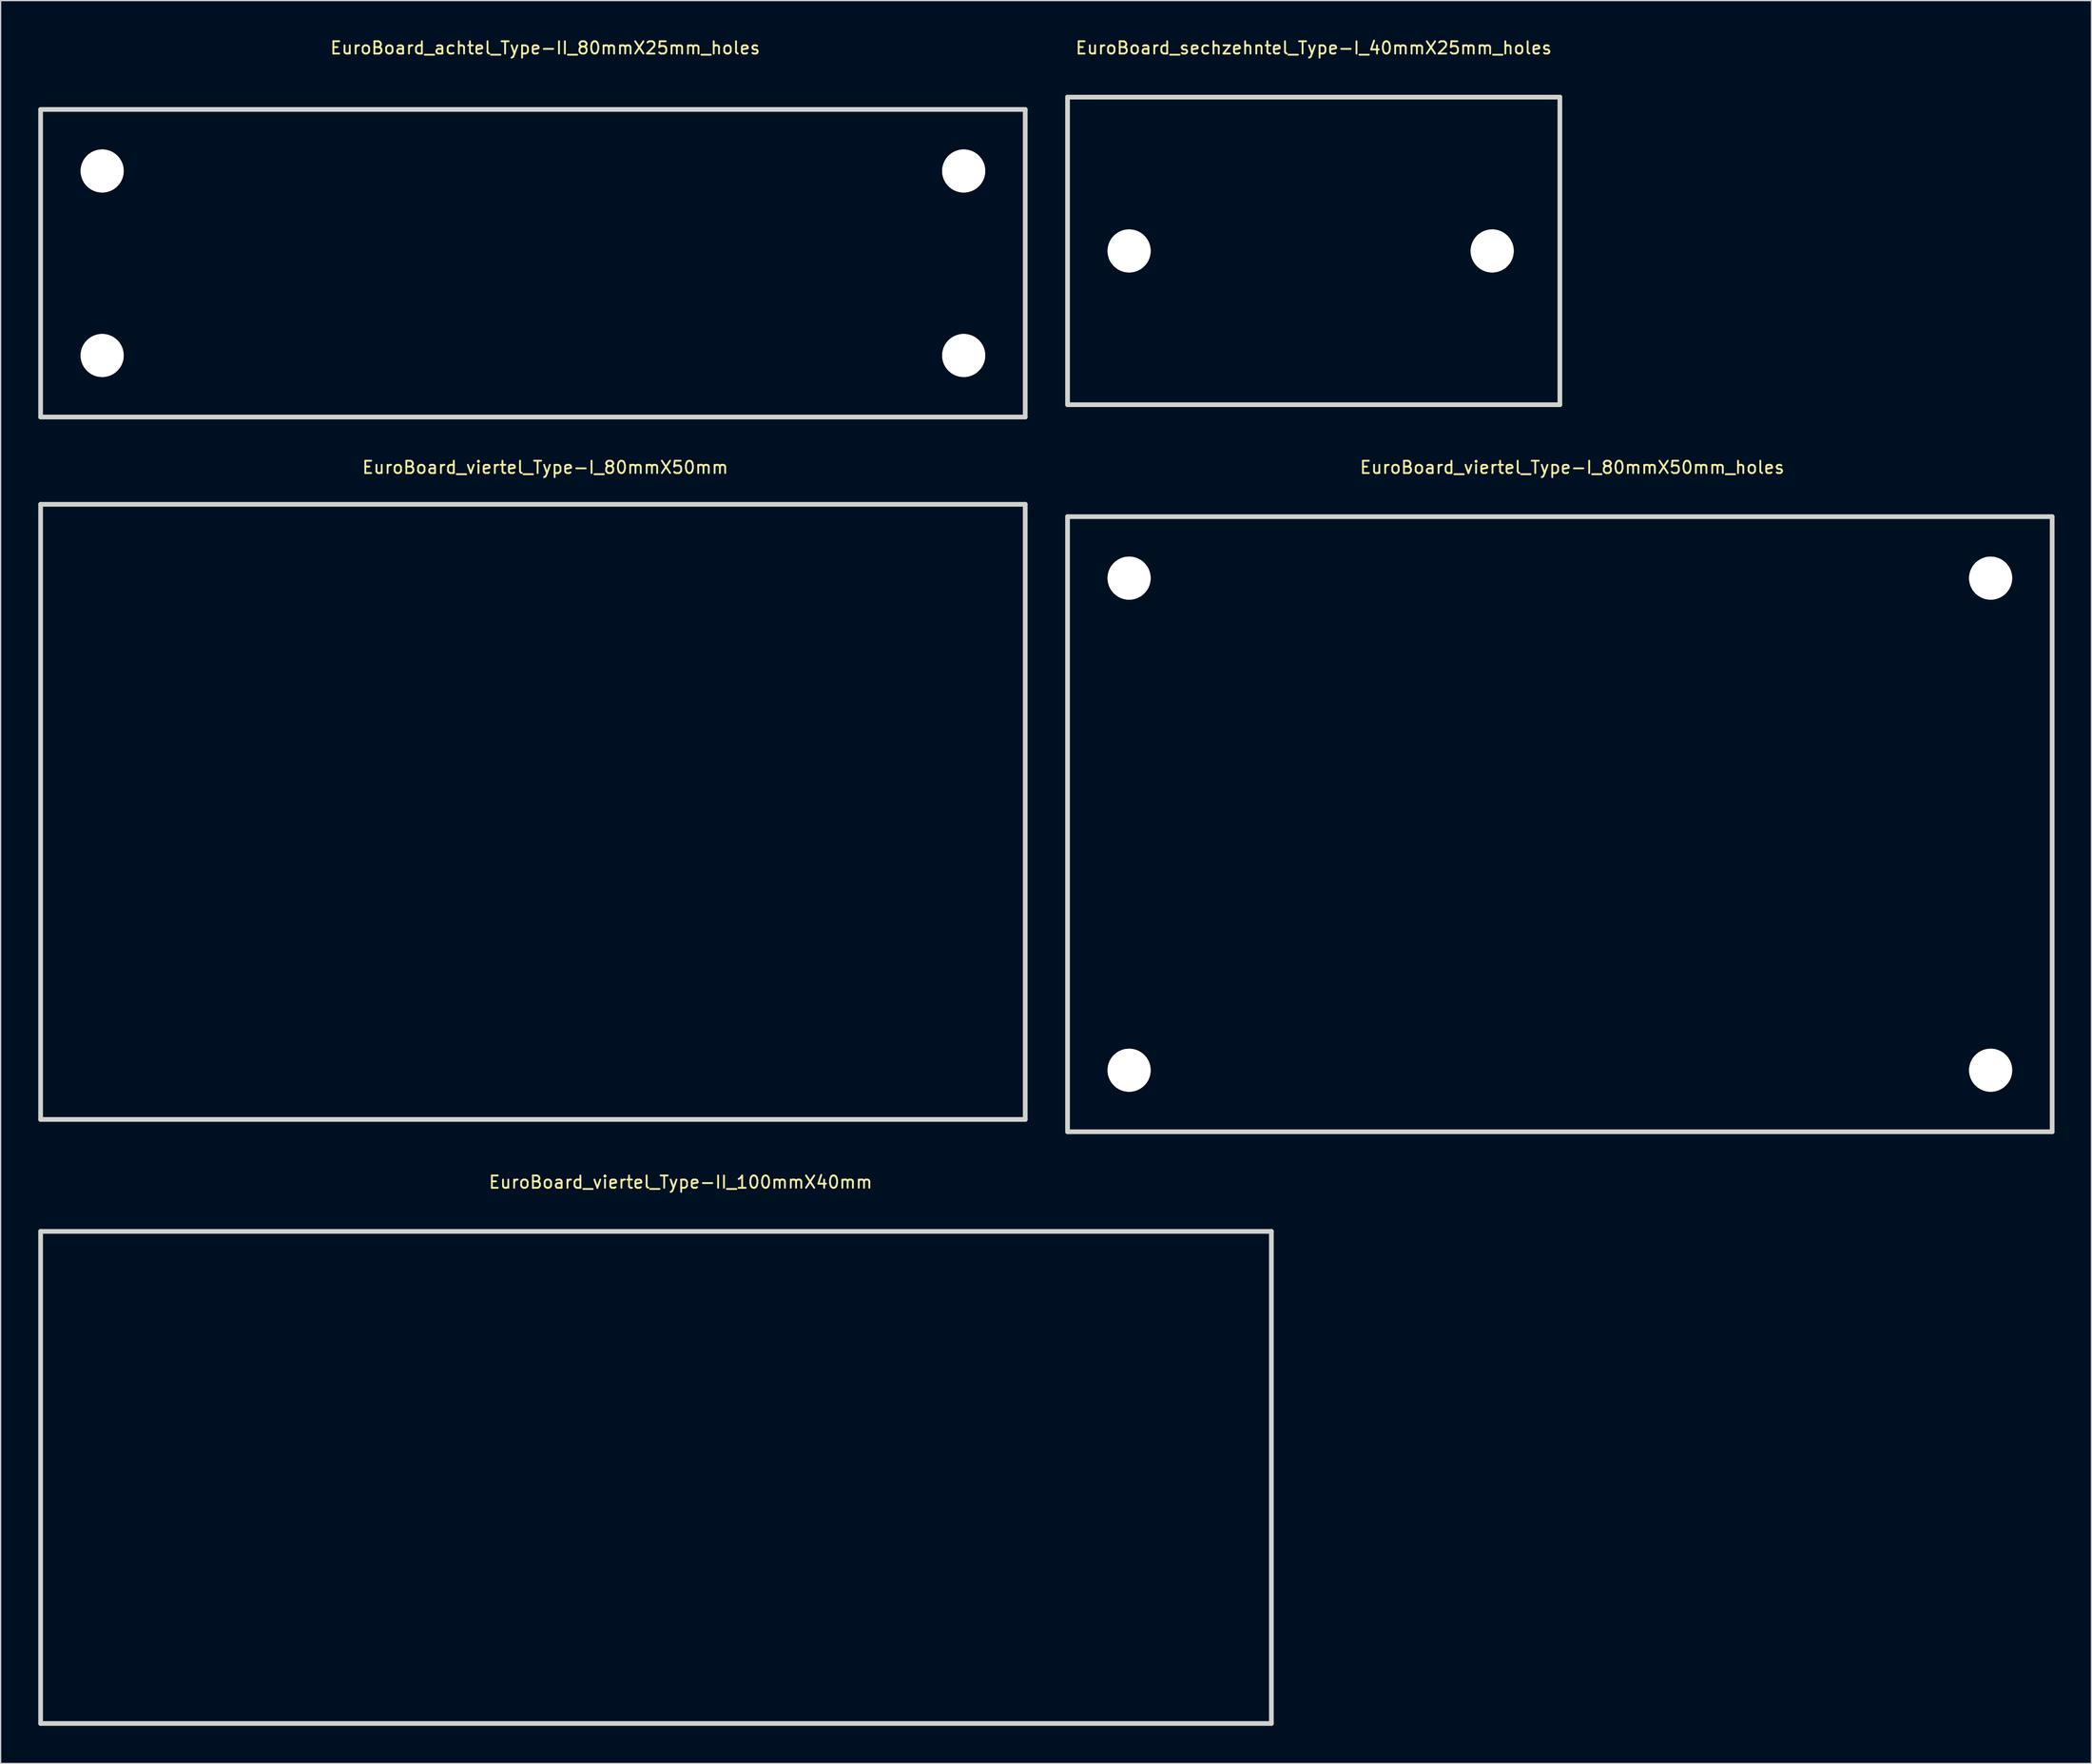
<source format=kicad_pcb>
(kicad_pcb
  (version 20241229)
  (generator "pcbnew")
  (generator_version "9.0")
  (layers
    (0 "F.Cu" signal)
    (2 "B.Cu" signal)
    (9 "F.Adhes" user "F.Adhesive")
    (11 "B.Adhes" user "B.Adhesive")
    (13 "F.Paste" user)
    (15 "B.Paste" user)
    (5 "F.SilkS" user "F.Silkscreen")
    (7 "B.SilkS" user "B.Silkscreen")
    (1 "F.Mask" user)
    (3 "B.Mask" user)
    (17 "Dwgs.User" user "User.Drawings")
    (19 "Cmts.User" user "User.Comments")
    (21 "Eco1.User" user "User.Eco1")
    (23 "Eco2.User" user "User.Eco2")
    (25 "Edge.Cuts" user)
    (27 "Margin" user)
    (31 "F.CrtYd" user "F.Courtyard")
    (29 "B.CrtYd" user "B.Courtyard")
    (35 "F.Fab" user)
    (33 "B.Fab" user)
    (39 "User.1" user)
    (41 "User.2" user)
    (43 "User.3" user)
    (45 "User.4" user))
  (footprint "EuroBoard_viertel_Type-I_80mmX50mm"
    (layer "F.Cu")
    (at 0.25 87.946)
    (property "Reference" "EuroBoard_viertel_Type-I_80mmX50mm" (at 41.001 -53 0) (layer "F.SilkS") (effects (font (size 1 1) (thickness 0.15))))
    (attr through_hole)
    (fp_line (start 0 -50) (end 80 -50) (stroke (width 0.381) (type solid)) (layer "Edge.Cuts"))
    (fp_line (start 0 0) (end 0 -50) (stroke (width 0.381) (type solid)) (layer "Edge.Cuts"))
    (fp_line (start 80 -50) (end 80 0) (stroke (width 0.381) (type solid)) (layer "Edge.Cuts"))
    (fp_line (start 80 0) (end 0 0) (stroke (width 0.381) (type solid)) (layer "Edge.Cuts")))
  (footprint "EuroBoard_achtel_Type-II_80mmX25mm_holes"
    (layer "F.Cu")
    (at 0.25 30.848)
    (property "Reference" "EuroBoard_achtel_Type-II_80mmX25mm_holes" (at 41.001 -30 0) (layer "F.SilkS") (effects (font (size 1 1) (thickness 0.15))))
    (attr through_hole)
    (fp_line (start 0 -25.001) (end 0 0) (stroke (width 0.381) (type solid)) (layer "Edge.Cuts"))
    (fp_line (start 0 0) (end 80 0) (stroke (width 0.381) (type solid)) (layer "Edge.Cuts"))
    (fp_line (start 80 -25.001) (end 0 -25.001) (stroke (width 0.381) (type solid)) (layer "Edge.Cuts"))
    (fp_line (start 80 0) (end 80 -25.001) (stroke (width 0.381) (type solid)) (layer "Edge.Cuts"))
    (pad "" np_thru_hole circle (at 5.001 -20) (size 3.5 3.5) (drill 3.5) (layers "*.Cu" "*.Mask" "F.SilkS"))
    (pad "" np_thru_hole circle (at 5.001 -5.001) (size 3.5 3.5) (drill 3.5) (layers "*.Cu" "*.Mask" "F.SilkS"))
    (pad "" np_thru_hole circle (at 75.001 -20) (size 3.5 3.5) (drill 3.5) (layers "*.Cu" "*.Mask" "F.SilkS"))
    (pad "" np_thru_hole circle (at 75.001 -5.001) (size 3.5 3.5) (drill 3.5) (layers "*.Cu" "*.Mask" "F.SilkS")))
  (footprint "EuroBoard_viertel_Type-I_80mmX50mm_holes"
    (layer "F.Cu")
    (at 83.69 88.947)
    (property "Reference" "EuroBoard_viertel_Type-I_80mmX50mm_holes" (at 41.001 -54 0) (layer "F.SilkS") (effects (font (size 1 1) (thickness 0.15))))
    (attr through_hole)
    (fp_line (start 0 -50) (end 80 -50) (stroke (width 0.381) (type solid)) (layer "Edge.Cuts"))
    (fp_line (start 0 0) (end 0 -50) (stroke (width 0.381) (type solid)) (layer "Edge.Cuts"))
    (fp_line (start 80 -50) (end 80 0) (stroke (width 0.381) (type solid)) (layer "Edge.Cuts"))
    (fp_line (start 80 0) (end 0 0) (stroke (width 0.381) (type solid)) (layer "Edge.Cuts"))
    (pad "" np_thru_hole circle (at 5.001 -45.001) (size 3.5 3.5) (drill 3.5) (layers "*.Cu" "*.Mask" "F.SilkS"))
    (pad "" np_thru_hole circle (at 5.001 -5.001) (size 3.5 3.5) (drill 3.5) (layers "*.Cu" "*.Mask" "F.SilkS"))
    (pad "" np_thru_hole circle (at 75.001 -45.001) (size 3.5 3.5) (drill 3.5) (layers "*.Cu" "*.Mask" "F.SilkS"))
    (pad "" np_thru_hole circle (at 75.001 -5.001) (size 3.5 3.5) (drill 3.5) (layers "*.Cu" "*.Mask" "F.SilkS")))
  (footprint "EuroBoard_sechzehntel_Type-I_40mmX25mm_holes"
    (layer "F.Cu")
    (at 83.69 29.847)
    (property "Reference" "EuroBoard_sechzehntel_Type-I_40mmX25mm_holes" (at 20 -28.999 0) (layer "F.SilkS") (effects (font (size 1 1) (thickness 0.15))))
    (attr through_hole)
    (fp_line (start 0 -25.001) (end 0 0) (stroke (width 0.381) (type solid)) (layer "Edge.Cuts"))
    (fp_line (start 0 0) (end 40 0) (stroke (width 0.381) (type solid)) (layer "Edge.Cuts"))
    (fp_line (start 40 -25.001) (end 0 -25.001) (stroke (width 0.381) (type solid)) (layer "Edge.Cuts"))
    (fp_line (start 40 0) (end 40 -25.001) (stroke (width 0.381) (type solid)) (layer "Edge.Cuts"))
    (pad "" np_thru_hole circle (at 5.001 -12.499) (size 3.5 3.5) (drill 3.5) (layers "*.Cu" "*.Mask" "F.SilkS"))
    (pad "" np_thru_hole circle (at 34.501 -12.499) (size 3.5 3.5) (drill 3.5) (layers "*.Cu" "*.Mask" "F.SilkS")))
  (footprint "EuroBoard_viertel_Type-II_100mmX40mm"
    (layer "F.Cu")
    (at 0.25 137.046)
    (property "Reference" "EuroBoard_viertel_Type-II_100mmX40mm" (at 51.999 -44 0) (layer "F.SilkS") (effects (font (size 1 1) (thickness 0.15))))
    (attr through_hole)
    (fp_line (start 0 -40) (end 0 0) (stroke (width 0.381) (type solid)) (layer "Edge.Cuts"))
    (fp_line (start 0 0) (end 100 0) (stroke (width 0.381) (type solid)) (layer "Edge.Cuts"))
    (fp_line (start 100 -40) (end 0 -40) (stroke (width 0.381) (type solid)) (layer "Edge.Cuts"))
    (fp_line (start 100 0) (end 100 -40) (stroke (width 0.381) (type solid)) (layer "Edge.Cuts")))
  (gr_rect
    (start -3 -3)
    (end 166.881 140.296)
    (stroke (width 0.1) (type default))
    (fill no)
    (layer "Edge.Cuts")))
</source>
